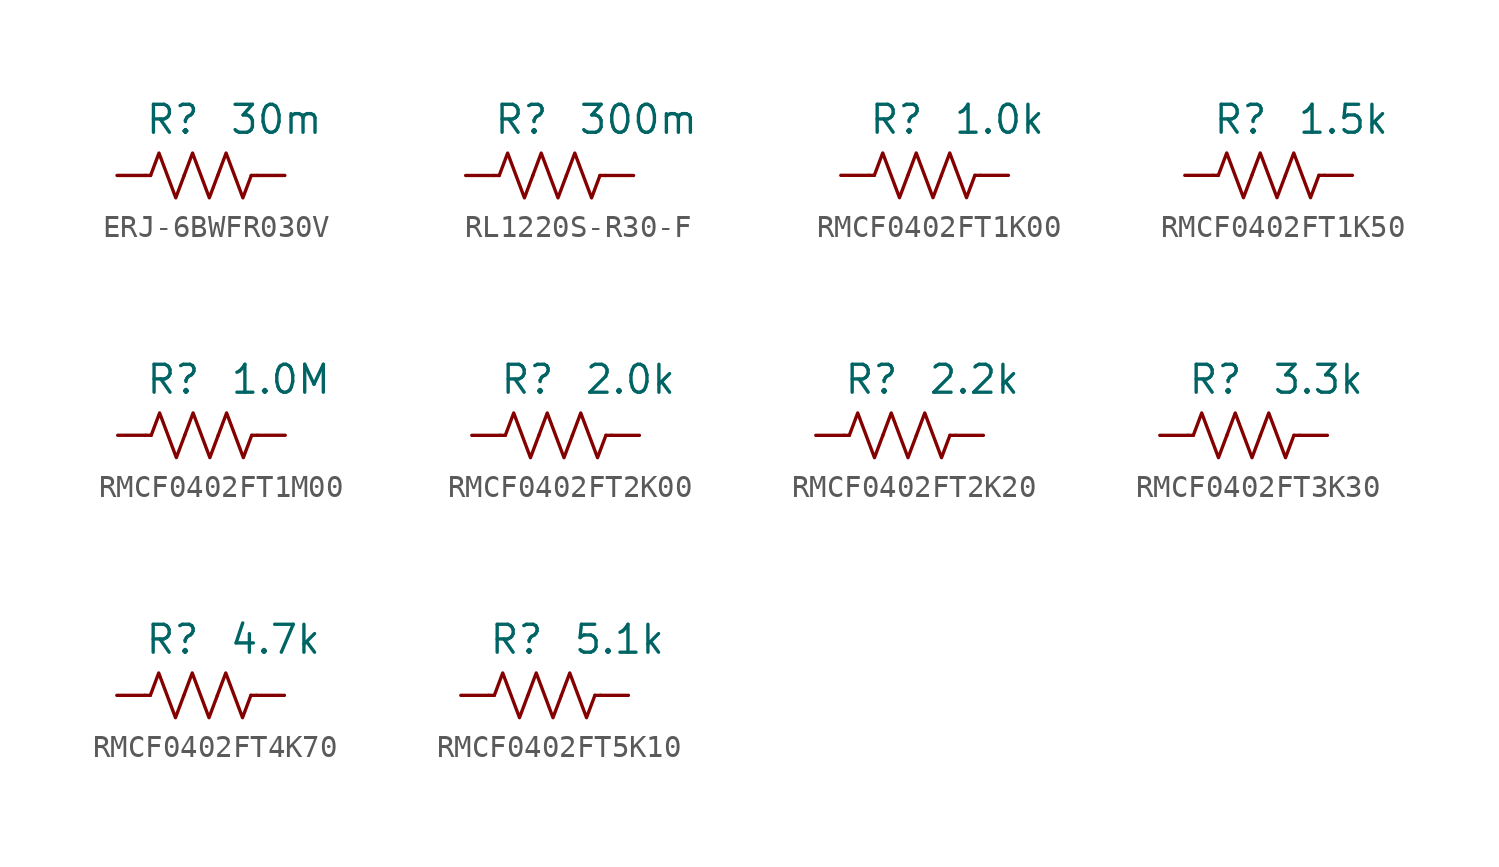
<source format=kicad_sym>
(kicad_symbol_lib
  (version 20241209)
  (generator "kicad_symbol_editor")
  (generator_version "9.0")
  (symbol "ERJ-6BWFR030V"
    (pin_numbers
      (hide yes))
    (property "Reference" "R"
      (at 0 2.54 0)
      (effects (font (size 1.27 1.27)) (justify right)))
    (property "Value" "30m"
      (at 1.27 2.54 0)
      (effects (font (size 1.27 1.27)) (justify left)))
    (symbol "ERJ-6BWFR030V_0_1"
      (polyline (pts (xy -2.286 0) (xy -2.54 0)) (stroke (width 0) (type default)) (fill (type none)))
      (polyline (pts (xy -2.286 0) (xy -1.905 1.016) (xy -1.524 0) (xy -1.143 -1.016) (xy -0.762 0)) (stroke (width 0) (type default)) (fill (type none)))
      (polyline (pts (xy -0.762 0) (xy -0.381 1.016) (xy 0 0) (xy 0.381 -1.016) (xy 0.762 0)) (stroke (width 0) (type default)) (fill (type none)))
      (polyline (pts (xy 0.762 0) (xy 1.143 1.016) (xy 1.524 0) (xy 1.905 -1.016) (xy 2.286 0)) (stroke (width 0) (type default)) (fill (type none)))
      (polyline (pts (xy 2.286 0) (xy 2.54 0)) (stroke (width 0) (type default)) (fill (type none))))
    (symbol "ERJ-6BWFR030V_1_1"
      (pin power_in line (at -3.81 0 0) (length 1.27) (name "~" (effects (font (size 1.27 1.27)))) (number "1" (effects (font (size 1.27 1.27)))))
      (pin power_out line (at 3.81 0 180) (length 1.27) (name "~" (effects (font (size 1.27 1.27)))) (number "2" (effects (font (size 1.27 1.27)))))))
  (symbol "RL1220S-R30-F"
    (pin_numbers
      (hide yes))
    (property "Reference" "R"
      (at 0 2.54 0)
      (effects (font (size 1.27 1.27)) (justify right)))
    (property "Value" "300m"
      (at 1.27 2.54 0)
      (effects (font (size 1.27 1.27)) (justify left)))
    (symbol "RL1220S-R30-F_0_1"
      (polyline (pts (xy -2.286 0) (xy -2.54 0)) (stroke (width 0) (type default)) (fill (type none)))
      (polyline (pts (xy -2.286 0) (xy -1.905 1.016) (xy -1.524 0) (xy -1.143 -1.016) (xy -0.762 0)) (stroke (width 0) (type default)) (fill (type none)))
      (polyline (pts (xy -0.762 0) (xy -0.381 1.016) (xy 0 0) (xy 0.381 -1.016) (xy 0.762 0)) (stroke (width 0) (type default)) (fill (type none)))
      (polyline (pts (xy 0.762 0) (xy 1.143 1.016) (xy 1.524 0) (xy 1.905 -1.016) (xy 2.286 0)) (stroke (width 0) (type default)) (fill (type none)))
      (polyline (pts (xy 2.286 0) (xy 2.54 0)) (stroke (width 0) (type default)) (fill (type none))))
    (symbol "RL1220S-R30-F_1_1"
      (pin power_in line (at -3.81 0 0) (length 1.27) (name "~" (effects (font (size 1.27 1.27)))) (number "1" (effects (font (size 1.27 1.27)))))
      (pin power_out line (at 3.81 0 180) (length 1.27) (name "~" (effects (font (size 1.27 1.27)))) (number "2" (effects (font (size 1.27 1.27)))))))
  (symbol "RMCF0402FT1K00"
    (pin_numbers
      (hide yes))
    (property "Reference" "R"
      (at 0 2.54 0)
      (effects (font (size 1.27 1.27)) (justify right)))
    (property "Value" "1.0k"
      (at 1.27 2.54 0)
      (effects (font (size 1.27 1.27)) (justify left)))
    (symbol "RMCF0402FT1K00_0_1"
      (polyline (pts (xy -2.286 0) (xy -2.54 0)) (stroke (width 0) (type default)) (fill (type none)))
      (polyline (pts (xy -2.286 0) (xy -1.905 1.016) (xy -1.524 0) (xy -1.143 -1.016) (xy -0.762 0)) (stroke (width 0) (type default)) (fill (type none)))
      (polyline (pts (xy -0.762 0) (xy -0.381 1.016) (xy 0 0) (xy 0.381 -1.016) (xy 0.762 0)) (stroke (width 0) (type default)) (fill (type none)))
      (polyline (pts (xy 0.762 0) (xy 1.143 1.016) (xy 1.524 0) (xy 1.905 -1.016) (xy 2.286 0)) (stroke (width 0) (type default)) (fill (type none)))
      (polyline (pts (xy 2.286 0) (xy 2.54 0)) (stroke (width 0) (type default)) (fill (type none))))
    (symbol "RMCF0402FT1K00_1_1"
      (pin passive line (at -3.81 0 0) (length 1.27) (name "~" (effects (font (size 1.27 1.27)))) (number "1" (effects (font (size 1.27 1.27)))))
      (pin passive line (at 3.81 0 180) (length 1.27) (name "~" (effects (font (size 1.27 1.27)))) (number "2" (effects (font (size 1.27 1.27)))))))
  (symbol "RMCF0402FT1K50"
    (pin_numbers
      (hide yes))
    (property "Reference" "R"
      (at 0 2.54 0)
      (effects (font (size 1.27 1.27)) (justify right)))
    (property "Value" "1.5k"
      (at 1.27 2.54 0)
      (effects (font (size 1.27 1.27)) (justify left)))
    (symbol "RMCF0402FT1K50_0_1"
      (polyline (pts (xy -2.286 0) (xy -2.54 0)) (stroke (width 0) (type default)) (fill (type none)))
      (polyline (pts (xy -2.286 0) (xy -1.905 1.016) (xy -1.524 0) (xy -1.143 -1.016) (xy -0.762 0)) (stroke (width 0) (type default)) (fill (type none)))
      (polyline (pts (xy -0.762 0) (xy -0.381 1.016) (xy 0 0) (xy 0.381 -1.016) (xy 0.762 0)) (stroke (width 0) (type default)) (fill (type none)))
      (polyline (pts (xy 0.762 0) (xy 1.143 1.016) (xy 1.524 0) (xy 1.905 -1.016) (xy 2.286 0)) (stroke (width 0) (type default)) (fill (type none)))
      (polyline (pts (xy 2.286 0) (xy 2.54 0)) (stroke (width 0) (type default)) (fill (type none))))
    (symbol "RMCF0402FT1K50_1_1"
      (pin passive line (at -3.81 0 0) (length 1.27) (name "~" (effects (font (size 1.27 1.27)))) (number "1" (effects (font (size 1.27 1.27)))))
      (pin passive line (at 3.81 0 180) (length 1.27) (name "~" (effects (font (size 1.27 1.27)))) (number "2" (effects (font (size 1.27 1.27)))))))
  (symbol "RMCF0402FT1M00"
    (pin_numbers
      (hide yes))
    (property "Reference" "R"
      (at 0 2.54 0)
      (effects (font (size 1.27 1.27)) (justify right)))
    (property "Value" "1.0M"
      (at 1.27 2.54 0)
      (effects (font (size 1.27 1.27)) (justify left)))
    (symbol "RMCF0402FT1M00_0_1"
      (polyline (pts (xy -2.286 0) (xy -2.54 0)) (stroke (width 0) (type default)) (fill (type none)))
      (polyline (pts (xy -2.286 0) (xy -1.905 1.016) (xy -1.524 0) (xy -1.143 -1.016) (xy -0.762 0)) (stroke (width 0) (type default)) (fill (type none)))
      (polyline (pts (xy -0.762 0) (xy -0.381 1.016) (xy 0 0) (xy 0.381 -1.016) (xy 0.762 0)) (stroke (width 0) (type default)) (fill (type none)))
      (polyline (pts (xy 0.762 0) (xy 1.143 1.016) (xy 1.524 0) (xy 1.905 -1.016) (xy 2.286 0)) (stroke (width 0) (type default)) (fill (type none)))
      (polyline (pts (xy 2.286 0) (xy 2.54 0)) (stroke (width 0) (type default)) (fill (type none))))
    (symbol "RMCF0402FT1M00_1_1"
      (pin passive line (at -3.81 0 0) (length 1.27) (name "~" (effects (font (size 1.27 1.27)))) (number "1" (effects (font (size 1.27 1.27)))))
      (pin passive line (at 3.81 0 180) (length 1.27) (name "~" (effects (font (size 1.27 1.27)))) (number "2" (effects (font (size 1.27 1.27)))))))
  (symbol "RMCF0402FT2K00"
    (pin_numbers
      (hide yes))
    (property "Reference" "R"
      (at 0 2.54 0)
      (effects (font (size 1.27 1.27)) (justify right)))
    (property "Value" "2.0k"
      (at 1.27 2.54 0)
      (effects (font (size 1.27 1.27)) (justify left)))
    (symbol "RMCF0402FT2K00_0_1"
      (polyline (pts (xy -2.286 0) (xy -2.54 0)) (stroke (width 0) (type default)) (fill (type none)))
      (polyline (pts (xy -2.286 0) (xy -1.905 1.016) (xy -1.524 0) (xy -1.143 -1.016) (xy -0.762 0)) (stroke (width 0) (type default)) (fill (type none)))
      (polyline (pts (xy -0.762 0) (xy -0.381 1.016) (xy 0 0) (xy 0.381 -1.016) (xy 0.762 0)) (stroke (width 0) (type default)) (fill (type none)))
      (polyline (pts (xy 0.762 0) (xy 1.143 1.016) (xy 1.524 0) (xy 1.905 -1.016) (xy 2.286 0)) (stroke (width 0) (type default)) (fill (type none)))
      (polyline (pts (xy 2.286 0) (xy 2.54 0)) (stroke (width 0) (type default)) (fill (type none))))
    (symbol "RMCF0402FT2K00_1_1"
      (pin passive line (at -3.81 0 0) (length 1.27) (name "~" (effects (font (size 1.27 1.27)))) (number "1" (effects (font (size 1.27 1.27)))))
      (pin passive line (at 3.81 0 180) (length 1.27) (name "~" (effects (font (size 1.27 1.27)))) (number "2" (effects (font (size 1.27 1.27)))))))
  (symbol "RMCF0402FT2K20"
    (pin_numbers
      (hide yes))
    (property "Reference" "R"
      (at 0 2.54 0)
      (effects (font (size 1.27 1.27)) (justify right)))
    (property "Value" "2.2k"
      (at 1.27 2.54 0)
      (effects (font (size 1.27 1.27)) (justify left)))
    (symbol "RMCF0402FT2K20_0_1"
      (polyline (pts (xy -2.286 0) (xy -2.54 0)) (stroke (width 0) (type default)) (fill (type none)))
      (polyline (pts (xy -2.286 0) (xy -1.905 1.016) (xy -1.524 0) (xy -1.143 -1.016) (xy -0.762 0)) (stroke (width 0) (type default)) (fill (type none)))
      (polyline (pts (xy -0.762 0) (xy -0.381 1.016) (xy 0 0) (xy 0.381 -1.016) (xy 0.762 0)) (stroke (width 0) (type default)) (fill (type none)))
      (polyline (pts (xy 0.762 0) (xy 1.143 1.016) (xy 1.524 0) (xy 1.905 -1.016) (xy 2.286 0)) (stroke (width 0) (type default)) (fill (type none)))
      (polyline (pts (xy 2.286 0) (xy 2.54 0)) (stroke (width 0) (type default)) (fill (type none))))
    (symbol "RMCF0402FT2K20_1_1"
      (pin passive line (at -3.81 0 0) (length 1.27) (name "~" (effects (font (size 1.27 1.27)))) (number "1" (effects (font (size 1.27 1.27)))))
      (pin passive line (at 3.81 0 180) (length 1.27) (name "~" (effects (font (size 1.27 1.27)))) (number "2" (effects (font (size 1.27 1.27)))))))
  (symbol "RMCF0402FT3K30"
    (pin_numbers
      (hide yes))
    (property "Reference" "R"
      (at 0 2.54 0)
      (effects (font (size 1.27 1.27)) (justify right)))
    (property "Value" "3.3k"
      (at 1.27 2.54 0)
      (effects (font (size 1.27 1.27)) (justify left)))
    (symbol "RMCF0402FT3K30_0_1"
      (polyline (pts (xy -2.286 0) (xy -2.54 0)) (stroke (width 0) (type default)) (fill (type none)))
      (polyline (pts (xy -2.286 0) (xy -1.905 1.016) (xy -1.524 0) (xy -1.143 -1.016) (xy -0.762 0)) (stroke (width 0) (type default)) (fill (type none)))
      (polyline (pts (xy -0.762 0) (xy -0.381 1.016) (xy 0 0) (xy 0.381 -1.016) (xy 0.762 0)) (stroke (width 0) (type default)) (fill (type none)))
      (polyline (pts (xy 0.762 0) (xy 1.143 1.016) (xy 1.524 0) (xy 1.905 -1.016) (xy 2.286 0)) (stroke (width 0) (type default)) (fill (type none)))
      (polyline (pts (xy 2.286 0) (xy 2.54 0)) (stroke (width 0) (type default)) (fill (type none))))
    (symbol "RMCF0402FT3K30_1_1"
      (pin passive line (at -3.81 0 0) (length 1.27) (name "~" (effects (font (size 1.27 1.27)))) (number "1" (effects (font (size 1.27 1.27)))))
      (pin passive line (at 3.81 0 180) (length 1.27) (name "~" (effects (font (size 1.27 1.27)))) (number "2" (effects (font (size 1.27 1.27)))))))
  (symbol "RMCF0402FT4K70"
    (pin_numbers
      (hide yes))
    (property "Reference" "R"
      (at 0 2.54 0)
      (effects (font (size 1.27 1.27)) (justify right)))
    (property "Value" "4.7k"
      (at 1.27 2.54 0)
      (effects (font (size 1.27 1.27)) (justify left)))
    (symbol "RMCF0402FT4K70_0_1"
      (polyline (pts (xy -2.286 0) (xy -2.54 0)) (stroke (width 0) (type default)) (fill (type none)))
      (polyline (pts (xy -2.286 0) (xy -1.905 1.016) (xy -1.524 0) (xy -1.143 -1.016) (xy -0.762 0)) (stroke (width 0) (type default)) (fill (type none)))
      (polyline (pts (xy -0.762 0) (xy -0.381 1.016) (xy 0 0) (xy 0.381 -1.016) (xy 0.762 0)) (stroke (width 0) (type default)) (fill (type none)))
      (polyline (pts (xy 0.762 0) (xy 1.143 1.016) (xy 1.524 0) (xy 1.905 -1.016) (xy 2.286 0)) (stroke (width 0) (type default)) (fill (type none)))
      (polyline (pts (xy 2.286 0) (xy 2.54 0)) (stroke (width 0) (type default)) (fill (type none))))
    (symbol "RMCF0402FT4K70_1_1"
      (pin passive line (at -3.81 0 0) (length 1.27) (name "~" (effects (font (size 1.27 1.27)))) (number "1" (effects (font (size 1.27 1.27)))))
      (pin passive line (at 3.81 0 180) (length 1.27) (name "~" (effects (font (size 1.27 1.27)))) (number "2" (effects (font (size 1.27 1.27)))))))
  (symbol "RMCF0402FT5K10"
    (pin_numbers
      (hide yes))
    (property "Reference" "R"
      (at 0 2.54 0)
      (effects (font (size 1.27 1.27)) (justify right)))
    (property "Value" "5.1k"
      (at 1.27 2.54 0)
      (effects (font (size 1.27 1.27)) (justify left)))
    (symbol "RMCF0402FT5K10_0_1"
      (polyline (pts (xy -2.286 0) (xy -2.54 0)) (stroke (width 0) (type default)) (fill (type none)))
      (polyline (pts (xy -2.286 0) (xy -1.905 1.016) (xy -1.524 0) (xy -1.143 -1.016) (xy -0.762 0)) (stroke (width 0) (type default)) (fill (type none)))
      (polyline (pts (xy -0.762 0) (xy -0.381 1.016) (xy 0 0) (xy 0.381 -1.016) (xy 0.762 0)) (stroke (width 0) (type default)) (fill (type none)))
      (polyline (pts (xy 0.762 0) (xy 1.143 1.016) (xy 1.524 0) (xy 1.905 -1.016) (xy 2.286 0)) (stroke (width 0) (type default)) (fill (type none)))
      (polyline (pts (xy 2.286 0) (xy 2.54 0)) (stroke (width 0) (type default)) (fill (type none))))
    (symbol "RMCF0402FT5K10_1_1"
      (pin passive line (at -3.81 0 0) (length 1.27) (name "~" (effects (font (size 1.27 1.27)))) (number "1" (effects (font (size 1.27 1.27)))))
      (pin passive line (at 3.81 0 180) (length 1.27) (name "~" (effects (font (size 1.27 1.27)))) (number "2" (effects (font (size 1.27 1.27))))))))
</source>
